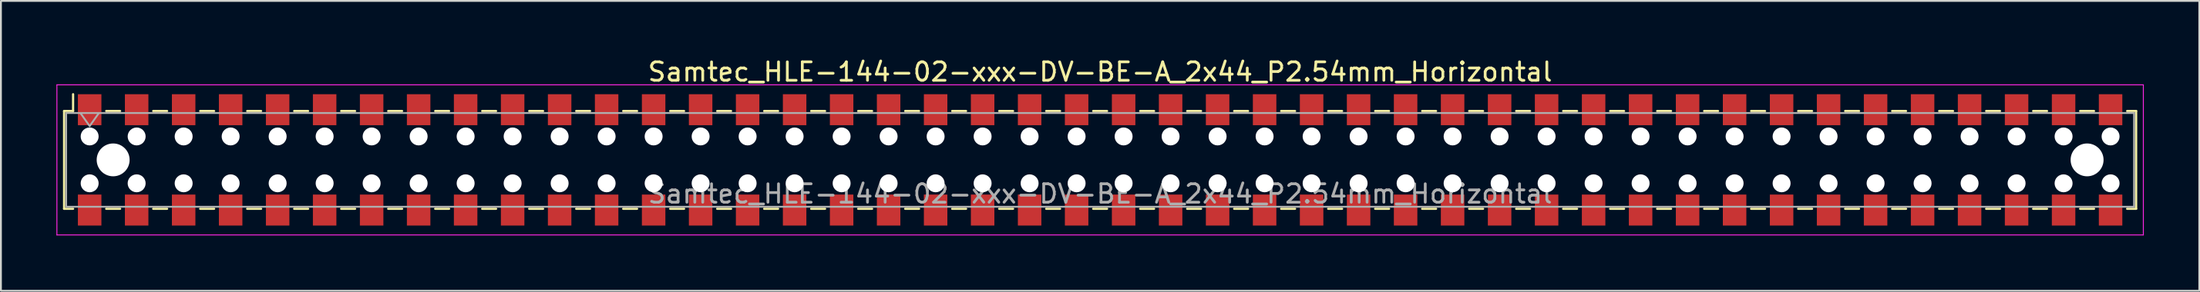
<source format=kicad_pcb>
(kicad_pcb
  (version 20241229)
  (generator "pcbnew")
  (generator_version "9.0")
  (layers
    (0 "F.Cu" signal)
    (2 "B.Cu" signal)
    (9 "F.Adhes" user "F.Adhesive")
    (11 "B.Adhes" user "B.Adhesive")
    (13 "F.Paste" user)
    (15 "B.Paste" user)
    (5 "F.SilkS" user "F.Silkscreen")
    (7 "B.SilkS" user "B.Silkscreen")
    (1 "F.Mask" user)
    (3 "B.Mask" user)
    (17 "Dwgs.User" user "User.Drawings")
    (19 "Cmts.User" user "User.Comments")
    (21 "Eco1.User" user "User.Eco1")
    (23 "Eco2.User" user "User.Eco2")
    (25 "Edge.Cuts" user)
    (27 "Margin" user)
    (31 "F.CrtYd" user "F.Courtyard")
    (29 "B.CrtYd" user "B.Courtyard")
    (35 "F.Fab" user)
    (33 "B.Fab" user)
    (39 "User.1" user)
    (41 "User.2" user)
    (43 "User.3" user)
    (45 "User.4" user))
  (footprint "Samtec_HLE-144-02-xxx-DV-BE-A_2x44_P2.54mm_Horizontal"
    (layer "F.Cu")
    (at 56.405 5.618)
    (property "Reference" "Samtec_HLE-144-02-xxx-DV-BE-A_2x44_P2.54mm_Horizontal" (at 0 -4.77 0) (layer "F.SilkS") (effects (font (size 1 1) (thickness 0.15))))
    (attr smd)
    (fp_line (start -55.99 -2.65) (end -55.99 2.65) (stroke (width 0.12) (type solid)) (layer "F.SilkS"))
    (fp_line (start -55.99 2.65) (end -55.505 2.65) (stroke (width 0.12) (type solid)) (layer "F.SilkS"))
    (fp_line (start -55.505 -3.56) (end -55.505 -2.65) (stroke (width 0.12) (type solid)) (layer "F.SilkS"))
    (fp_line (start -55.505 -2.65) (end -55.99 -2.65) (stroke (width 0.12) (type solid)) (layer "F.SilkS"))
    (fp_line (start -53.715 -2.65) (end -52.965 -2.65) (stroke (width 0.12) (type solid)) (layer "F.SilkS"))
    (fp_line (start -53.715 2.65) (end -52.965 2.65) (stroke (width 0.12) (type solid)) (layer "F.SilkS"))
    (fp_line (start -51.175 -2.65) (end -50.425 -2.65) (stroke (width 0.12) (type solid)) (layer "F.SilkS"))
    (fp_line (start -51.175 2.65) (end -50.425 2.65) (stroke (width 0.12) (type solid)) (layer "F.SilkS"))
    (fp_line (start -48.635 -2.65) (end -47.885 -2.65) (stroke (width 0.12) (type solid)) (layer "F.SilkS"))
    (fp_line (start -48.635 2.65) (end -47.885 2.65) (stroke (width 0.12) (type solid)) (layer "F.SilkS"))
    (fp_line (start -46.095 -2.65) (end -45.345 -2.65) (stroke (width 0.12) (type solid)) (layer "F.SilkS"))
    (fp_line (start -46.095 2.65) (end -45.345 2.65) (stroke (width 0.12) (type solid)) (layer "F.SilkS"))
    (fp_line (start -43.555 -2.65) (end -42.805 -2.65) (stroke (width 0.12) (type solid)) (layer "F.SilkS"))
    (fp_line (start -43.555 2.65) (end -42.805 2.65) (stroke (width 0.12) (type solid)) (layer "F.SilkS"))
    (fp_line (start -41.015 -2.65) (end -40.265 -2.65) (stroke (width 0.12) (type solid)) (layer "F.SilkS"))
    (fp_line (start -41.015 2.65) (end -40.265 2.65) (stroke (width 0.12) (type solid)) (layer "F.SilkS"))
    (fp_line (start -38.475 -2.65) (end -37.725 -2.65) (stroke (width 0.12) (type solid)) (layer "F.SilkS"))
    (fp_line (start -38.475 2.65) (end -37.725 2.65) (stroke (width 0.12) (type solid)) (layer "F.SilkS"))
    (fp_line (start -35.935 -2.65) (end -35.185 -2.65) (stroke (width 0.12) (type solid)) (layer "F.SilkS"))
    (fp_line (start -35.935 2.65) (end -35.185 2.65) (stroke (width 0.12) (type solid)) (layer "F.SilkS"))
    (fp_line (start -33.395 -2.65) (end -32.645 -2.65) (stroke (width 0.12) (type solid)) (layer "F.SilkS"))
    (fp_line (start -33.395 2.65) (end -32.645 2.65) (stroke (width 0.12) (type solid)) (layer "F.SilkS"))
    (fp_line (start -30.855 -2.65) (end -30.105 -2.65) (stroke (width 0.12) (type solid)) (layer "F.SilkS"))
    (fp_line (start -30.855 2.65) (end -30.105 2.65) (stroke (width 0.12) (type solid)) (layer "F.SilkS"))
    (fp_line (start -28.315 -2.65) (end -27.565 -2.65) (stroke (width 0.12) (type solid)) (layer "F.SilkS"))
    (fp_line (start -28.315 2.65) (end -27.565 2.65) (stroke (width 0.12) (type solid)) (layer "F.SilkS"))
    (fp_line (start -25.775 -2.65) (end -25.025 -2.65) (stroke (width 0.12) (type solid)) (layer "F.SilkS"))
    (fp_line (start -25.775 2.65) (end -25.025 2.65) (stroke (width 0.12) (type solid)) (layer "F.SilkS"))
    (fp_line (start -23.235 -2.65) (end -22.485 -2.65) (stroke (width 0.12) (type solid)) (layer "F.SilkS"))
    (fp_line (start -23.235 2.65) (end -22.485 2.65) (stroke (width 0.12) (type solid)) (layer "F.SilkS"))
    (fp_line (start -20.695 -2.65) (end -19.945 -2.65) (stroke (width 0.12) (type solid)) (layer "F.SilkS"))
    (fp_line (start -20.695 2.65) (end -19.945 2.65) (stroke (width 0.12) (type solid)) (layer "F.SilkS"))
    (fp_line (start -18.155 -2.65) (end -17.405 -2.65) (stroke (width 0.12) (type solid)) (layer "F.SilkS"))
    (fp_line (start -18.155 2.65) (end -17.405 2.65) (stroke (width 0.12) (type solid)) (layer "F.SilkS"))
    (fp_line (start -15.615 -2.65) (end -14.865 -2.65) (stroke (width 0.12) (type solid)) (layer "F.SilkS"))
    (fp_line (start -15.615 2.65) (end -14.865 2.65) (stroke (width 0.12) (type solid)) (layer "F.SilkS"))
    (fp_line (start -13.075 -2.65) (end -12.325 -2.65) (stroke (width 0.12) (type solid)) (layer "F.SilkS"))
    (fp_line (start -13.075 2.65) (end -12.325 2.65) (stroke (width 0.12) (type solid)) (layer "F.SilkS"))
    (fp_line (start -10.535 -2.65) (end -9.785 -2.65) (stroke (width 0.12) (type solid)) (layer "F.SilkS"))
    (fp_line (start -10.535 2.65) (end -9.785 2.65) (stroke (width 0.12) (type solid)) (layer "F.SilkS"))
    (fp_line (start -7.995 -2.65) (end -7.245 -2.65) (stroke (width 0.12) (type solid)) (layer "F.SilkS"))
    (fp_line (start -7.995 2.65) (end -7.245 2.65) (stroke (width 0.12) (type solid)) (layer "F.SilkS"))
    (fp_line (start -5.455 -2.65) (end -4.705 -2.65) (stroke (width 0.12) (type solid)) (layer "F.SilkS"))
    (fp_line (start -5.455 2.65) (end -4.705 2.65) (stroke (width 0.12) (type solid)) (layer "F.SilkS"))
    (fp_line (start -2.915 -2.65) (end -2.165 -2.65) (stroke (width 0.12) (type solid)) (layer "F.SilkS"))
    (fp_line (start -2.915 2.65) (end -2.165 2.65) (stroke (width 0.12) (type solid)) (layer "F.SilkS"))
    (fp_line (start -0.375 -2.65) (end 0.375 -2.65) (stroke (width 0.12) (type solid)) (layer "F.SilkS"))
    (fp_line (start -0.375 2.65) (end 0.375 2.65) (stroke (width 0.12) (type solid)) (layer "F.SilkS"))
    (fp_line (start 2.165 -2.65) (end 2.915 -2.65) (stroke (width 0.12) (type solid)) (layer "F.SilkS"))
    (fp_line (start 2.165 2.65) (end 2.915 2.65) (stroke (width 0.12) (type solid)) (layer "F.SilkS"))
    (fp_line (start 4.705 -2.65) (end 5.455 -2.65) (stroke (width 0.12) (type solid)) (layer "F.SilkS"))
    (fp_line (start 4.705 2.65) (end 5.455 2.65) (stroke (width 0.12) (type solid)) (layer "F.SilkS"))
    (fp_line (start 7.245 -2.65) (end 7.995 -2.65) (stroke (width 0.12) (type solid)) (layer "F.SilkS"))
    (fp_line (start 7.245 2.65) (end 7.995 2.65) (stroke (width 0.12) (type solid)) (layer "F.SilkS"))
    (fp_line (start 9.785 -2.65) (end 10.535 -2.65) (stroke (width 0.12) (type solid)) (layer "F.SilkS"))
    (fp_line (start 9.785 2.65) (end 10.535 2.65) (stroke (width 0.12) (type solid)) (layer "F.SilkS"))
    (fp_line (start 12.325 -2.65) (end 13.075 -2.65) (stroke (width 0.12) (type solid)) (layer "F.SilkS"))
    (fp_line (start 12.325 2.65) (end 13.075 2.65) (stroke (width 0.12) (type solid)) (layer "F.SilkS"))
    (fp_line (start 14.865 -2.65) (end 15.615 -2.65) (stroke (width 0.12) (type solid)) (layer "F.SilkS"))
    (fp_line (start 14.865 2.65) (end 15.615 2.65) (stroke (width 0.12) (type solid)) (layer "F.SilkS"))
    (fp_line (start 17.405 -2.65) (end 18.155 -2.65) (stroke (width 0.12) (type solid)) (layer "F.SilkS"))
    (fp_line (start 17.405 2.65) (end 18.155 2.65) (stroke (width 0.12) (type solid)) (layer "F.SilkS"))
    (fp_line (start 19.945 -2.65) (end 20.695 -2.65) (stroke (width 0.12) (type solid)) (layer "F.SilkS"))
    (fp_line (start 19.945 2.65) (end 20.695 2.65) (stroke (width 0.12) (type solid)) (layer "F.SilkS"))
    (fp_line (start 22.485 -2.65) (end 23.235 -2.65) (stroke (width 0.12) (type solid)) (layer "F.SilkS"))
    (fp_line (start 22.485 2.65) (end 23.235 2.65) (stroke (width 0.12) (type solid)) (layer "F.SilkS"))
    (fp_line (start 25.025 -2.65) (end 25.775 -2.65) (stroke (width 0.12) (type solid)) (layer "F.SilkS"))
    (fp_line (start 25.025 2.65) (end 25.775 2.65) (stroke (width 0.12) (type solid)) (layer "F.SilkS"))
    (fp_line (start 27.565 -2.65) (end 28.315 -2.65) (stroke (width 0.12) (type solid)) (layer "F.SilkS"))
    (fp_line (start 27.565 2.65) (end 28.315 2.65) (stroke (width 0.12) (type solid)) (layer "F.SilkS"))
    (fp_line (start 30.105 -2.65) (end 30.855 -2.65) (stroke (width 0.12) (type solid)) (layer "F.SilkS"))
    (fp_line (start 30.105 2.65) (end 30.855 2.65) (stroke (width 0.12) (type solid)) (layer "F.SilkS"))
    (fp_line (start 32.645 -2.65) (end 33.395 -2.65) (stroke (width 0.12) (type solid)) (layer "F.SilkS"))
    (fp_line (start 32.645 2.65) (end 33.395 2.65) (stroke (width 0.12) (type solid)) (layer "F.SilkS"))
    (fp_line (start 35.185 -2.65) (end 35.935 -2.65) (stroke (width 0.12) (type solid)) (layer "F.SilkS"))
    (fp_line (start 35.185 2.65) (end 35.935 2.65) (stroke (width 0.12) (type solid)) (layer "F.SilkS"))
    (fp_line (start 37.725 -2.65) (end 38.475 -2.65) (stroke (width 0.12) (type solid)) (layer "F.SilkS"))
    (fp_line (start 37.725 2.65) (end 38.475 2.65) (stroke (width 0.12) (type solid)) (layer "F.SilkS"))
    (fp_line (start 40.265 -2.65) (end 41.015 -2.65) (stroke (width 0.12) (type solid)) (layer "F.SilkS"))
    (fp_line (start 40.265 2.65) (end 41.015 2.65) (stroke (width 0.12) (type solid)) (layer "F.SilkS"))
    (fp_line (start 42.805 -2.65) (end 43.555 -2.65) (stroke (width 0.12) (type solid)) (layer "F.SilkS"))
    (fp_line (start 42.805 2.65) (end 43.555 2.65) (stroke (width 0.12) (type solid)) (layer "F.SilkS"))
    (fp_line (start 45.345 -2.65) (end 46.095 -2.65) (stroke (width 0.12) (type solid)) (layer "F.SilkS"))
    (fp_line (start 45.345 2.65) (end 46.095 2.65) (stroke (width 0.12) (type solid)) (layer "F.SilkS"))
    (fp_line (start 47.885 -2.65) (end 48.635 -2.65) (stroke (width 0.12) (type solid)) (layer "F.SilkS"))
    (fp_line (start 47.885 2.65) (end 48.635 2.65) (stroke (width 0.12) (type solid)) (layer "F.SilkS"))
    (fp_line (start 50.425 -2.65) (end 51.175 -2.65) (stroke (width 0.12) (type solid)) (layer "F.SilkS"))
    (fp_line (start 50.425 2.65) (end 51.175 2.65) (stroke (width 0.12) (type solid)) (layer "F.SilkS"))
    (fp_line (start 52.965 -2.65) (end 53.715 -2.65) (stroke (width 0.12) (type solid)) (layer "F.SilkS"))
    (fp_line (start 52.965 2.65) (end 53.715 2.65) (stroke (width 0.12) (type solid)) (layer "F.SilkS"))
    (fp_line (start 55.505 -2.65) (end 55.99 -2.65) (stroke (width 0.12) (type solid)) (layer "F.SilkS"))
    (fp_line (start 55.99 -2.65) (end 55.99 2.65) (stroke (width 0.12) (type solid)) (layer "F.SilkS"))
    (fp_line (start 55.99 2.65) (end 55.505 2.65) (stroke (width 0.12) (type solid)) (layer "F.SilkS"))
    (fp_line (start -56.38 -4.07) (end 56.38 -4.07) (stroke (width 0.05) (type solid)) (layer "F.CrtYd"))
    (fp_line (start -56.38 4.07) (end -56.38 -4.07) (stroke (width 0.05) (type solid)) (layer "F.CrtYd"))
    (fp_line (start 56.38 -4.07) (end 56.38 4.07) (stroke (width 0.05) (type solid)) (layer "F.CrtYd"))
    (fp_line (start 56.38 4.07) (end -56.38 4.07) (stroke (width 0.05) (type solid)) (layer "F.CrtYd"))
    (fp_line (start -55.88 -2.54) (end 55.88 -2.54) (stroke (width 0.1) (type solid)) (layer "F.Fab"))
    (fp_line (start -55.88 2.54) (end -55.88 -2.54) (stroke (width 0.1) (type solid)) (layer "F.Fab"))
    (fp_line (start -55.11 -2.54) (end -54.61 -1.833) (stroke (width 0.1) (type solid)) (layer "F.Fab"))
    (fp_line (start -54.61 -1.833) (end -54.11 -2.54) (stroke (width 0.1) (type solid)) (layer "F.Fab"))
    (fp_line (start 55.88 -2.54) (end 55.88 2.54) (stroke (width 0.1) (type solid)) (layer "F.Fab"))
    (fp_line (start 55.88 2.54) (end -55.88 2.54) (stroke (width 0.1) (type solid)) (layer "F.Fab"))
    (fp_text user "${REFERENCE}" (at 0 1.84 0) (layer "F.Fab") (effects (font (size 1 1) (thickness 0.15))))
    (pad "" np_thru_hole circle (at -54.61 -1.27) (size 0.97 0.97) (drill 0.97) (layers "*.Cu" "*.Mask"))
    (pad "" np_thru_hole circle (at -54.61 1.27) (size 0.97 0.97) (drill 0.97) (layers "*.Cu" "*.Mask"))
    (pad "" np_thru_hole circle (at -53.34 0) (size 1.78 1.78) (drill 1.78) (layers "*.Cu" "*.Mask"))
    (pad "" np_thru_hole circle (at -52.07 -1.27) (size 0.97 0.97) (drill 0.97) (layers "*.Cu" "*.Mask"))
    (pad "" np_thru_hole circle (at -52.07 1.27) (size 0.97 0.97) (drill 0.97) (layers "*.Cu" "*.Mask"))
    (pad "" np_thru_hole circle (at -49.53 -1.27) (size 0.97 0.97) (drill 0.97) (layers "*.Cu" "*.Mask"))
    (pad "" np_thru_hole circle (at -49.53 1.27) (size 0.97 0.97) (drill 0.97) (layers "*.Cu" "*.Mask"))
    (pad "" np_thru_hole circle (at -46.99 -1.27) (size 0.97 0.97) (drill 0.97) (layers "*.Cu" "*.Mask"))
    (pad "" np_thru_hole circle (at -46.99 1.27) (size 0.97 0.97) (drill 0.97) (layers "*.Cu" "*.Mask"))
    (pad "" np_thru_hole circle (at -44.45 -1.27) (size 0.97 0.97) (drill 0.97) (layers "*.Cu" "*.Mask"))
    (pad "" np_thru_hole circle (at -44.45 1.27) (size 0.97 0.97) (drill 0.97) (layers "*.Cu" "*.Mask"))
    (pad "" np_thru_hole circle (at -41.91 -1.27) (size 0.97 0.97) (drill 0.97) (layers "*.Cu" "*.Mask"))
    (pad "" np_thru_hole circle (at -41.91 1.27) (size 0.97 0.97) (drill 0.97) (layers "*.Cu" "*.Mask"))
    (pad "" np_thru_hole circle (at -39.37 -1.27) (size 0.97 0.97) (drill 0.97) (layers "*.Cu" "*.Mask"))
    (pad "" np_thru_hole circle (at -39.37 1.27) (size 0.97 0.97) (drill 0.97) (layers "*.Cu" "*.Mask"))
    (pad "" np_thru_hole circle (at -36.83 -1.27) (size 0.97 0.97) (drill 0.97) (layers "*.Cu" "*.Mask"))
    (pad "" np_thru_hole circle (at -36.83 1.27) (size 0.97 0.97) (drill 0.97) (layers "*.Cu" "*.Mask"))
    (pad "" np_thru_hole circle (at -34.29 -1.27) (size 0.97 0.97) (drill 0.97) (layers "*.Cu" "*.Mask"))
    (pad "" np_thru_hole circle (at -34.29 1.27) (size 0.97 0.97) (drill 0.97) (layers "*.Cu" "*.Mask"))
    (pad "" np_thru_hole circle (at -31.75 -1.27) (size 0.97 0.97) (drill 0.97) (layers "*.Cu" "*.Mask"))
    (pad "" np_thru_hole circle (at -31.75 1.27) (size 0.97 0.97) (drill 0.97) (layers "*.Cu" "*.Mask"))
    (pad "" np_thru_hole circle (at -29.21 -1.27) (size 0.97 0.97) (drill 0.97) (layers "*.Cu" "*.Mask"))
    (pad "" np_thru_hole circle (at -29.21 1.27) (size 0.97 0.97) (drill 0.97) (layers "*.Cu" "*.Mask"))
    (pad "" np_thru_hole circle (at -26.67 -1.27) (size 0.97 0.97) (drill 0.97) (layers "*.Cu" "*.Mask"))
    (pad "" np_thru_hole circle (at -26.67 1.27) (size 0.97 0.97) (drill 0.97) (layers "*.Cu" "*.Mask"))
    (pad "" np_thru_hole circle (at -24.13 -1.27) (size 0.97 0.97) (drill 0.97) (layers "*.Cu" "*.Mask"))
    (pad "" np_thru_hole circle (at -24.13 1.27) (size 0.97 0.97) (drill 0.97) (layers "*.Cu" "*.Mask"))
    (pad "" np_thru_hole circle (at -21.59 -1.27) (size 0.97 0.97) (drill 0.97) (layers "*.Cu" "*.Mask"))
    (pad "" np_thru_hole circle (at -21.59 1.27) (size 0.97 0.97) (drill 0.97) (layers "*.Cu" "*.Mask"))
    (pad "" np_thru_hole circle (at -19.05 -1.27) (size 0.97 0.97) (drill 0.97) (layers "*.Cu" "*.Mask"))
    (pad "" np_thru_hole circle (at -19.05 1.27) (size 0.97 0.97) (drill 0.97) (layers "*.Cu" "*.Mask"))
    (pad "" np_thru_hole circle (at -16.51 -1.27) (size 0.97 0.97) (drill 0.97) (layers "*.Cu" "*.Mask"))
    (pad "" np_thru_hole circle (at -16.51 1.27) (size 0.97 0.97) (drill 0.97) (layers "*.Cu" "*.Mask"))
    (pad "" np_thru_hole circle (at -13.97 -1.27) (size 0.97 0.97) (drill 0.97) (layers "*.Cu" "*.Mask"))
    (pad "" np_thru_hole circle (at -13.97 1.27) (size 0.97 0.97) (drill 0.97) (layers "*.Cu" "*.Mask"))
    (pad "" np_thru_hole circle (at -11.43 -1.27) (size 0.97 0.97) (drill 0.97) (layers "*.Cu" "*.Mask"))
    (pad "" np_thru_hole circle (at -11.43 1.27) (size 0.97 0.97) (drill 0.97) (layers "*.Cu" "*.Mask"))
    (pad "" np_thru_hole circle (at -8.89 -1.27) (size 0.97 0.97) (drill 0.97) (layers "*.Cu" "*.Mask"))
    (pad "" np_thru_hole circle (at -8.89 1.27) (size 0.97 0.97) (drill 0.97) (layers "*.Cu" "*.Mask"))
    (pad "" np_thru_hole circle (at -6.35 -1.27) (size 0.97 0.97) (drill 0.97) (layers "*.Cu" "*.Mask"))
    (pad "" np_thru_hole circle (at -6.35 1.27) (size 0.97 0.97) (drill 0.97) (layers "*.Cu" "*.Mask"))
    (pad "" np_thru_hole circle (at -3.81 -1.27) (size 0.97 0.97) (drill 0.97) (layers "*.Cu" "*.Mask"))
    (pad "" np_thru_hole circle (at -3.81 1.27) (size 0.97 0.97) (drill 0.97) (layers "*.Cu" "*.Mask"))
    (pad "" np_thru_hole circle (at -1.27 -1.27) (size 0.97 0.97) (drill 0.97) (layers "*.Cu" "*.Mask"))
    (pad "" np_thru_hole circle (at -1.27 1.27) (size 0.97 0.97) (drill 0.97) (layers "*.Cu" "*.Mask"))
    (pad "" np_thru_hole circle (at 1.27 -1.27) (size 0.97 0.97) (drill 0.97) (layers "*.Cu" "*.Mask"))
    (pad "" np_thru_hole circle (at 1.27 1.27) (size 0.97 0.97) (drill 0.97) (layers "*.Cu" "*.Mask"))
    (pad "" np_thru_hole circle (at 3.81 -1.27) (size 0.97 0.97) (drill 0.97) (layers "*.Cu" "*.Mask"))
    (pad "" np_thru_hole circle (at 3.81 1.27) (size 0.97 0.97) (drill 0.97) (layers "*.Cu" "*.Mask"))
    (pad "" np_thru_hole circle (at 6.35 -1.27) (size 0.97 0.97) (drill 0.97) (layers "*.Cu" "*.Mask"))
    (pad "" np_thru_hole circle (at 6.35 1.27) (size 0.97 0.97) (drill 0.97) (layers "*.Cu" "*.Mask"))
    (pad "" np_thru_hole circle (at 8.89 -1.27) (size 0.97 0.97) (drill 0.97) (layers "*.Cu" "*.Mask"))
    (pad "" np_thru_hole circle (at 8.89 1.27) (size 0.97 0.97) (drill 0.97) (layers "*.Cu" "*.Mask"))
    (pad "" np_thru_hole circle (at 11.43 -1.27) (size 0.97 0.97) (drill 0.97) (layers "*.Cu" "*.Mask"))
    (pad "" np_thru_hole circle (at 11.43 1.27) (size 0.97 0.97) (drill 0.97) (layers "*.Cu" "*.Mask"))
    (pad "" np_thru_hole circle (at 13.97 -1.27) (size 0.97 0.97) (drill 0.97) (layers "*.Cu" "*.Mask"))
    (pad "" np_thru_hole circle (at 13.97 1.27) (size 0.97 0.97) (drill 0.97) (layers "*.Cu" "*.Mask"))
    (pad "" np_thru_hole circle (at 16.51 -1.27) (size 0.97 0.97) (drill 0.97) (layers "*.Cu" "*.Mask"))
    (pad "" np_thru_hole circle (at 16.51 1.27) (size 0.97 0.97) (drill 0.97) (layers "*.Cu" "*.Mask"))
    (pad "" np_thru_hole circle (at 19.05 -1.27) (size 0.97 0.97) (drill 0.97) (layers "*.Cu" "*.Mask"))
    (pad "" np_thru_hole circle (at 19.05 1.27) (size 0.97 0.97) (drill 0.97) (layers "*.Cu" "*.Mask"))
    (pad "" np_thru_hole circle (at 21.59 -1.27) (size 0.97 0.97) (drill 0.97) (layers "*.Cu" "*.Mask"))
    (pad "" np_thru_hole circle (at 21.59 1.27) (size 0.97 0.97) (drill 0.97) (layers "*.Cu" "*.Mask"))
    (pad "" np_thru_hole circle (at 24.13 -1.27) (size 0.97 0.97) (drill 0.97) (layers "*.Cu" "*.Mask"))
    (pad "" np_thru_hole circle (at 24.13 1.27) (size 0.97 0.97) (drill 0.97) (layers "*.Cu" "*.Mask"))
    (pad "" np_thru_hole circle (at 26.67 -1.27) (size 0.97 0.97) (drill 0.97) (layers "*.Cu" "*.Mask"))
    (pad "" np_thru_hole circle (at 26.67 1.27) (size 0.97 0.97) (drill 0.97) (layers "*.Cu" "*.Mask"))
    (pad "" np_thru_hole circle (at 29.21 -1.27) (size 0.97 0.97) (drill 0.97) (layers "*.Cu" "*.Mask"))
    (pad "" np_thru_hole circle (at 29.21 1.27) (size 0.97 0.97) (drill 0.97) (layers "*.Cu" "*.Mask"))
    (pad "" np_thru_hole circle (at 31.75 -1.27) (size 0.97 0.97) (drill 0.97) (layers "*.Cu" "*.Mask"))
    (pad "" np_thru_hole circle (at 31.75 1.27) (size 0.97 0.97) (drill 0.97) (layers "*.Cu" "*.Mask"))
    (pad "" np_thru_hole circle (at 34.29 -1.27) (size 0.97 0.97) (drill 0.97) (layers "*.Cu" "*.Mask"))
    (pad "" np_thru_hole circle (at 34.29 1.27) (size 0.97 0.97) (drill 0.97) (layers "*.Cu" "*.Mask"))
    (pad "" np_thru_hole circle (at 36.83 -1.27) (size 0.97 0.97) (drill 0.97) (layers "*.Cu" "*.Mask"))
    (pad "" np_thru_hole circle (at 36.83 1.27) (size 0.97 0.97) (drill 0.97) (layers "*.Cu" "*.Mask"))
    (pad "" np_thru_hole circle (at 39.37 -1.27) (size 0.97 0.97) (drill 0.97) (layers "*.Cu" "*.Mask"))
    (pad "" np_thru_hole circle (at 39.37 1.27) (size 0.97 0.97) (drill 0.97) (layers "*.Cu" "*.Mask"))
    (pad "" np_thru_hole circle (at 41.91 -1.27) (size 0.97 0.97) (drill 0.97) (layers "*.Cu" "*.Mask"))
    (pad "" np_thru_hole circle (at 41.91 1.27) (size 0.97 0.97) (drill 0.97) (layers "*.Cu" "*.Mask"))
    (pad "" np_thru_hole circle (at 44.45 -1.27) (size 0.97 0.97) (drill 0.97) (layers "*.Cu" "*.Mask"))
    (pad "" np_thru_hole circle (at 44.45 1.27) (size 0.97 0.97) (drill 0.97) (layers "*.Cu" "*.Mask"))
    (pad "" np_thru_hole circle (at 46.99 -1.27) (size 0.97 0.97) (drill 0.97) (layers "*.Cu" "*.Mask"))
    (pad "" np_thru_hole circle (at 46.99 1.27) (size 0.97 0.97) (drill 0.97) (layers "*.Cu" "*.Mask"))
    (pad "" np_thru_hole circle (at 49.53 -1.27) (size 0.97 0.97) (drill 0.97) (layers "*.Cu" "*.Mask"))
    (pad "" np_thru_hole circle (at 49.53 1.27) (size 0.97 0.97) (drill 0.97) (layers "*.Cu" "*.Mask"))
    (pad "" np_thru_hole circle (at 52.07 -1.27) (size 0.97 0.97) (drill 0.97) (layers "*.Cu" "*.Mask"))
    (pad "" np_thru_hole circle (at 52.07 1.27) (size 0.97 0.97) (drill 0.97) (layers "*.Cu" "*.Mask"))
    (pad "" np_thru_hole circle (at 53.34 0) (size 1.78 1.78) (drill 1.78) (layers "*.Cu" "*.Mask"))
    (pad "" np_thru_hole circle (at 54.61 -1.27) (size 0.97 0.97) (drill 0.97) (layers "*.Cu" "*.Mask"))
    (pad "" np_thru_hole circle (at 54.61 1.27) (size 0.97 0.97) (drill 0.97) (layers "*.Cu" "*.Mask"))
    (pad "1" smd rect (at -54.61 -2.72) (size 1.27 1.68) (layers "F.Cu" "F.Mask" "F.Paste"))
    (pad "2" smd rect (at -54.61 2.72) (size 1.27 1.68) (layers "F.Cu" "F.Mask" "F.Paste"))
    (pad "3" smd rect (at -52.07 -2.72) (size 1.27 1.68) (layers "F.Cu" "F.Mask" "F.Paste"))
    (pad "4" smd rect (at -52.07 2.72) (size 1.27 1.68) (layers "F.Cu" "F.Mask" "F.Paste"))
    (pad "5" smd rect (at -49.53 -2.72) (size 1.27 1.68) (layers "F.Cu" "F.Mask" "F.Paste"))
    (pad "6" smd rect (at -49.53 2.72) (size 1.27 1.68) (layers "F.Cu" "F.Mask" "F.Paste"))
    (pad "7" smd rect (at -46.99 -2.72) (size 1.27 1.68) (layers "F.Cu" "F.Mask" "F.Paste"))
    (pad "8" smd rect (at -46.99 2.72) (size 1.27 1.68) (layers "F.Cu" "F.Mask" "F.Paste"))
    (pad "9" smd rect (at -44.45 -2.72) (size 1.27 1.68) (layers "F.Cu" "F.Mask" "F.Paste"))
    (pad "10" smd rect (at -44.45 2.72) (size 1.27 1.68) (layers "F.Cu" "F.Mask" "F.Paste"))
    (pad "11" smd rect (at -41.91 -2.72) (size 1.27 1.68) (layers "F.Cu" "F.Mask" "F.Paste"))
    (pad "12" smd rect (at -41.91 2.72) (size 1.27 1.68) (layers "F.Cu" "F.Mask" "F.Paste"))
    (pad "13" smd rect (at -39.37 -2.72) (size 1.27 1.68) (layers "F.Cu" "F.Mask" "F.Paste"))
    (pad "14" smd rect (at -39.37 2.72) (size 1.27 1.68) (layers "F.Cu" "F.Mask" "F.Paste"))
    (pad "15" smd rect (at -36.83 -2.72) (size 1.27 1.68) (layers "F.Cu" "F.Mask" "F.Paste"))
    (pad "16" smd rect (at -36.83 2.72) (size 1.27 1.68) (layers "F.Cu" "F.Mask" "F.Paste"))
    (pad "17" smd rect (at -34.29 -2.72) (size 1.27 1.68) (layers "F.Cu" "F.Mask" "F.Paste"))
    (pad "18" smd rect (at -34.29 2.72) (size 1.27 1.68) (layers "F.Cu" "F.Mask" "F.Paste"))
    (pad "19" smd rect (at -31.75 -2.72) (size 1.27 1.68) (layers "F.Cu" "F.Mask" "F.Paste"))
    (pad "20" smd rect (at -31.75 2.72) (size 1.27 1.68) (layers "F.Cu" "F.Mask" "F.Paste"))
    (pad "21" smd rect (at -29.21 -2.72) (size 1.27 1.68) (layers "F.Cu" "F.Mask" "F.Paste"))
    (pad "22" smd rect (at -29.21 2.72) (size 1.27 1.68) (layers "F.Cu" "F.Mask" "F.Paste"))
    (pad "23" smd rect (at -26.67 -2.72) (size 1.27 1.68) (layers "F.Cu" "F.Mask" "F.Paste"))
    (pad "24" smd rect (at -26.67 2.72) (size 1.27 1.68) (layers "F.Cu" "F.Mask" "F.Paste"))
    (pad "25" smd rect (at -24.13 -2.72) (size 1.27 1.68) (layers "F.Cu" "F.Mask" "F.Paste"))
    (pad "26" smd rect (at -24.13 2.72) (size 1.27 1.68) (layers "F.Cu" "F.Mask" "F.Paste"))
    (pad "27" smd rect (at -21.59 -2.72) (size 1.27 1.68) (layers "F.Cu" "F.Mask" "F.Paste"))
    (pad "28" smd rect (at -21.59 2.72) (size 1.27 1.68) (layers "F.Cu" "F.Mask" "F.Paste"))
    (pad "29" smd rect (at -19.05 -2.72) (size 1.27 1.68) (layers "F.Cu" "F.Mask" "F.Paste"))
    (pad "30" smd rect (at -19.05 2.72) (size 1.27 1.68) (layers "F.Cu" "F.Mask" "F.Paste"))
    (pad "31" smd rect (at -16.51 -2.72) (size 1.27 1.68) (layers "F.Cu" "F.Mask" "F.Paste"))
    (pad "32" smd rect (at -16.51 2.72) (size 1.27 1.68) (layers "F.Cu" "F.Mask" "F.Paste"))
    (pad "33" smd rect (at -13.97 -2.72) (size 1.27 1.68) (layers "F.Cu" "F.Mask" "F.Paste"))
    (pad "34" smd rect (at -13.97 2.72) (size 1.27 1.68) (layers "F.Cu" "F.Mask" "F.Paste"))
    (pad "35" smd rect (at -11.43 -2.72) (size 1.27 1.68) (layers "F.Cu" "F.Mask" "F.Paste"))
    (pad "36" smd rect (at -11.43 2.72) (size 1.27 1.68) (layers "F.Cu" "F.Mask" "F.Paste"))
    (pad "37" smd rect (at -8.89 -2.72) (size 1.27 1.68) (layers "F.Cu" "F.Mask" "F.Paste"))
    (pad "38" smd rect (at -8.89 2.72) (size 1.27 1.68) (layers "F.Cu" "F.Mask" "F.Paste"))
    (pad "39" smd rect (at -6.35 -2.72) (size 1.27 1.68) (layers "F.Cu" "F.Mask" "F.Paste"))
    (pad "40" smd rect (at -6.35 2.72) (size 1.27 1.68) (layers "F.Cu" "F.Mask" "F.Paste"))
    (pad "41" smd rect (at -3.81 -2.72) (size 1.27 1.68) (layers "F.Cu" "F.Mask" "F.Paste"))
    (pad "42" smd rect (at -3.81 2.72) (size 1.27 1.68) (layers "F.Cu" "F.Mask" "F.Paste"))
    (pad "43" smd rect (at -1.27 -2.72) (size 1.27 1.68) (layers "F.Cu" "F.Mask" "F.Paste"))
    (pad "44" smd rect (at -1.27 2.72) (size 1.27 1.68) (layers "F.Cu" "F.Mask" "F.Paste"))
    (pad "45" smd rect (at 1.27 -2.72) (size 1.27 1.68) (layers "F.Cu" "F.Mask" "F.Paste"))
    (pad "46" smd rect (at 1.27 2.72) (size 1.27 1.68) (layers "F.Cu" "F.Mask" "F.Paste"))
    (pad "47" smd rect (at 3.81 -2.72) (size 1.27 1.68) (layers "F.Cu" "F.Mask" "F.Paste"))
    (pad "48" smd rect (at 3.81 2.72) (size 1.27 1.68) (layers "F.Cu" "F.Mask" "F.Paste"))
    (pad "49" smd rect (at 6.35 -2.72) (size 1.27 1.68) (layers "F.Cu" "F.Mask" "F.Paste"))
    (pad "50" smd rect (at 6.35 2.72) (size 1.27 1.68) (layers "F.Cu" "F.Mask" "F.Paste"))
    (pad "51" smd rect (at 8.89 -2.72) (size 1.27 1.68) (layers "F.Cu" "F.Mask" "F.Paste"))
    (pad "52" smd rect (at 8.89 2.72) (size 1.27 1.68) (layers "F.Cu" "F.Mask" "F.Paste"))
    (pad "53" smd rect (at 11.43 -2.72) (size 1.27 1.68) (layers "F.Cu" "F.Mask" "F.Paste"))
    (pad "54" smd rect (at 11.43 2.72) (size 1.27 1.68) (layers "F.Cu" "F.Mask" "F.Paste"))
    (pad "55" smd rect (at 13.97 -2.72) (size 1.27 1.68) (layers "F.Cu" "F.Mask" "F.Paste"))
    (pad "56" smd rect (at 13.97 2.72) (size 1.27 1.68) (layers "F.Cu" "F.Mask" "F.Paste"))
    (pad "57" smd rect (at 16.51 -2.72) (size 1.27 1.68) (layers "F.Cu" "F.Mask" "F.Paste"))
    (pad "58" smd rect (at 16.51 2.72) (size 1.27 1.68) (layers "F.Cu" "F.Mask" "F.Paste"))
    (pad "59" smd rect (at 19.05 -2.72) (size 1.27 1.68) (layers "F.Cu" "F.Mask" "F.Paste"))
    (pad "60" smd rect (at 19.05 2.72) (size 1.27 1.68) (layers "F.Cu" "F.Mask" "F.Paste"))
    (pad "61" smd rect (at 21.59 -2.72) (size 1.27 1.68) (layers "F.Cu" "F.Mask" "F.Paste"))
    (pad "62" smd rect (at 21.59 2.72) (size 1.27 1.68) (layers "F.Cu" "F.Mask" "F.Paste"))
    (pad "63" smd rect (at 24.13 -2.72) (size 1.27 1.68) (layers "F.Cu" "F.Mask" "F.Paste"))
    (pad "64" smd rect (at 24.13 2.72) (size 1.27 1.68) (layers "F.Cu" "F.Mask" "F.Paste"))
    (pad "65" smd rect (at 26.67 -2.72) (size 1.27 1.68) (layers "F.Cu" "F.Mask" "F.Paste"))
    (pad "66" smd rect (at 26.67 2.72) (size 1.27 1.68) (layers "F.Cu" "F.Mask" "F.Paste"))
    (pad "67" smd rect (at 29.21 -2.72) (size 1.27 1.68) (layers "F.Cu" "F.Mask" "F.Paste"))
    (pad "68" smd rect (at 29.21 2.72) (size 1.27 1.68) (layers "F.Cu" "F.Mask" "F.Paste"))
    (pad "69" smd rect (at 31.75 -2.72) (size 1.27 1.68) (layers "F.Cu" "F.Mask" "F.Paste"))
    (pad "70" smd rect (at 31.75 2.72) (size 1.27 1.68) (layers "F.Cu" "F.Mask" "F.Paste"))
    (pad "71" smd rect (at 34.29 -2.72) (size 1.27 1.68) (layers "F.Cu" "F.Mask" "F.Paste"))
    (pad "72" smd rect (at 34.29 2.72) (size 1.27 1.68) (layers "F.Cu" "F.Mask" "F.Paste"))
    (pad "73" smd rect (at 36.83 -2.72) (size 1.27 1.68) (layers "F.Cu" "F.Mask" "F.Paste"))
    (pad "74" smd rect (at 36.83 2.72) (size 1.27 1.68) (layers "F.Cu" "F.Mask" "F.Paste"))
    (pad "75" smd rect (at 39.37 -2.72) (size 1.27 1.68) (layers "F.Cu" "F.Mask" "F.Paste"))
    (pad "76" smd rect (at 39.37 2.72) (size 1.27 1.68) (layers "F.Cu" "F.Mask" "F.Paste"))
    (pad "77" smd rect (at 41.91 -2.72) (size 1.27 1.68) (layers "F.Cu" "F.Mask" "F.Paste"))
    (pad "78" smd rect (at 41.91 2.72) (size 1.27 1.68) (layers "F.Cu" "F.Mask" "F.Paste"))
    (pad "79" smd rect (at 44.45 -2.72) (size 1.27 1.68) (layers "F.Cu" "F.Mask" "F.Paste"))
    (pad "80" smd rect (at 44.45 2.72) (size 1.27 1.68) (layers "F.Cu" "F.Mask" "F.Paste"))
    (pad "81" smd rect (at 46.99 -2.72) (size 1.27 1.68) (layers "F.Cu" "F.Mask" "F.Paste"))
    (pad "82" smd rect (at 46.99 2.72) (size 1.27 1.68) (layers "F.Cu" "F.Mask" "F.Paste"))
    (pad "83" smd rect (at 49.53 -2.72) (size 1.27 1.68) (layers "F.Cu" "F.Mask" "F.Paste"))
    (pad "84" smd rect (at 49.53 2.72) (size 1.27 1.68) (layers "F.Cu" "F.Mask" "F.Paste"))
    (pad "85" smd rect (at 52.07 -2.72) (size 1.27 1.68) (layers "F.Cu" "F.Mask" "F.Paste"))
    (pad "86" smd rect (at 52.07 2.72) (size 1.27 1.68) (layers "F.Cu" "F.Mask" "F.Paste"))
    (pad "87" smd rect (at 54.61 -2.72) (size 1.27 1.68) (layers "F.Cu" "F.Mask" "F.Paste"))
    (pad "88" smd rect (at 54.61 2.72) (size 1.27 1.68) (layers "F.Cu" "F.Mask" "F.Paste")))
  (gr_rect
    (start -3 -3)
    (end 115.81 12.713)
    (stroke (width 0.1) (type default))
    (fill no)
    (layer "Edge.Cuts")))
</source>
